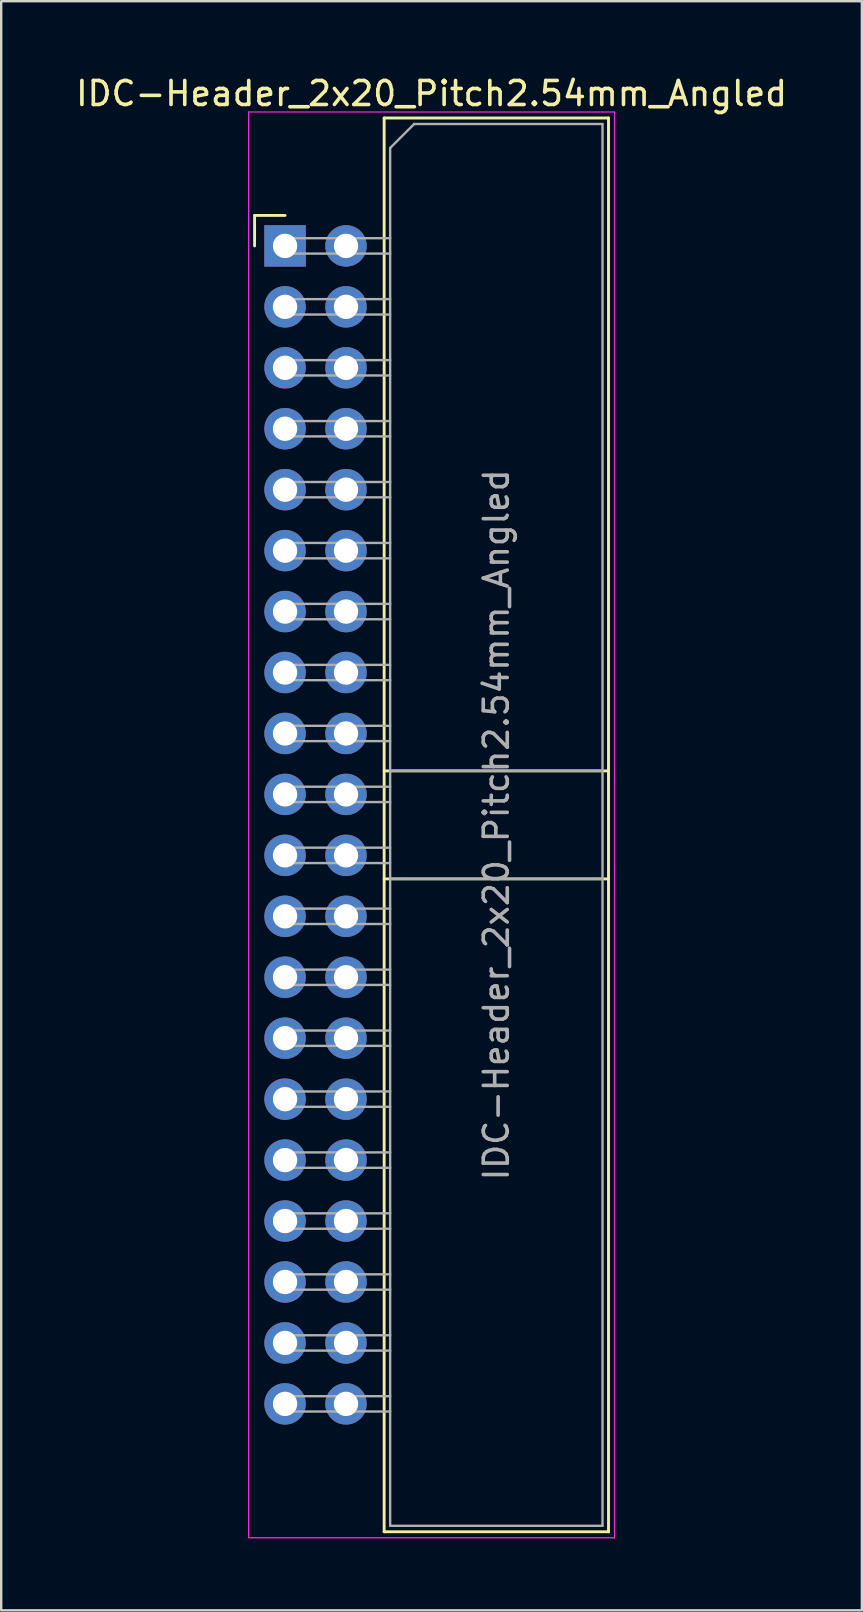
<source format=kicad_pcb>
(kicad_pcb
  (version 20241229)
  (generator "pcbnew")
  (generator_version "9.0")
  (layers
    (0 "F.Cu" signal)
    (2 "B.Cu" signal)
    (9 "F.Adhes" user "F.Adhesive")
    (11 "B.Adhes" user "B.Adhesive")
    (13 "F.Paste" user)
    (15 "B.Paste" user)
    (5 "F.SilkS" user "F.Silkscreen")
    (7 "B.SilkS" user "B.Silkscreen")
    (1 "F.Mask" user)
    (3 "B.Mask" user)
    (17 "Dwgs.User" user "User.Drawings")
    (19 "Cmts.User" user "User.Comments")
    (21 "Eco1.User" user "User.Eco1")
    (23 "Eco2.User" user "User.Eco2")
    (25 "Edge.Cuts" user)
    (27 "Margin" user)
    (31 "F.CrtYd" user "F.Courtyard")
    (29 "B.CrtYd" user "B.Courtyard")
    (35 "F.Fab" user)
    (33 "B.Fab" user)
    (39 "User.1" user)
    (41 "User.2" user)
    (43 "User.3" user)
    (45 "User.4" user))
  (footprint "IDC-Header_2x20_Pitch2.54mm_Angled"
    (layer "F.Cu")
    (at 8.83 7.198)
    (property "Reference" "IDC-Header_2x20_Pitch2.54mm_Angled" (at 6.105 -6.35 0) (layer "F.SilkS") (effects (font (size 1 1) (thickness 0.15))))
    (attr through_hole)
    (fp_line (start -1.27 -1.27) (end -1.27 0) (stroke (width 0.12) (type solid)) (layer "F.SilkS"))
    (fp_line (start 0 -1.27) (end -1.27 -1.27) (stroke (width 0.12) (type solid)) (layer "F.SilkS"))
    (fp_line (start 4.13 -5.33) (end 13.48 -5.33) (stroke (width 0.12) (type solid)) (layer "F.SilkS"))
    (fp_line (start 4.13 21.88) (end 13.48 21.88) (stroke (width 0.12) (type solid)) (layer "F.SilkS"))
    (fp_line (start 4.13 26.38) (end 13.48 26.38) (stroke (width 0.12) (type solid)) (layer "F.SilkS"))
    (fp_line (start 4.13 53.59) (end 4.13 -5.33) (stroke (width 0.12) (type solid)) (layer "F.SilkS"))
    (fp_line (start 4.13 53.59) (end 13.48 53.59) (stroke (width 0.12) (type solid)) (layer "F.SilkS"))
    (fp_line (start 13.48 -5.33) (end 13.48 53.59) (stroke (width 0.12) (type solid)) (layer "F.SilkS"))
    (fp_line (start -1.52 -5.58) (end 13.73 -5.58) (stroke (width 0.05) (type solid)) (layer "F.CrtYd"))
    (fp_line (start -1.52 53.84) (end -1.52 -5.58) (stroke (width 0.05) (type solid)) (layer "F.CrtYd"))
    (fp_line (start 13.73 -5.58) (end 13.73 53.84) (stroke (width 0.05) (type solid)) (layer "F.CrtYd"))
    (fp_line (start 13.73 53.84) (end -1.52 53.84) (stroke (width 0.05) (type solid)) (layer "F.CrtYd"))
    (fp_line (start -0.32 -0.32) (end -0.32 0.32) (stroke (width 0.1) (type solid)) (layer "F.Fab"))
    (fp_line (start -0.32 0.32) (end 4.38 0.32) (stroke (width 0.1) (type solid)) (layer "F.Fab"))
    (fp_line (start -0.32 2.22) (end -0.32 2.86) (stroke (width 0.1) (type solid)) (layer "F.Fab"))
    (fp_line (start -0.32 2.86) (end 4.38 2.86) (stroke (width 0.1) (type solid)) (layer "F.Fab"))
    (fp_line (start -0.32 4.76) (end -0.32 5.4) (stroke (width 0.1) (type solid)) (layer "F.Fab"))
    (fp_line (start -0.32 5.4) (end 4.38 5.4) (stroke (width 0.1) (type solid)) (layer "F.Fab"))
    (fp_line (start -0.32 7.3) (end -0.32 7.94) (stroke (width 0.1) (type solid)) (layer "F.Fab"))
    (fp_line (start -0.32 7.94) (end 4.38 7.94) (stroke (width 0.1) (type solid)) (layer "F.Fab"))
    (fp_line (start -0.32 9.84) (end -0.32 10.48) (stroke (width 0.1) (type solid)) (layer "F.Fab"))
    (fp_line (start -0.32 10.48) (end 4.38 10.48) (stroke (width 0.1) (type solid)) (layer "F.Fab"))
    (fp_line (start -0.32 12.38) (end -0.32 13.02) (stroke (width 0.1) (type solid)) (layer "F.Fab"))
    (fp_line (start -0.32 13.02) (end 4.38 13.02) (stroke (width 0.1) (type solid)) (layer "F.Fab"))
    (fp_line (start -0.32 14.92) (end -0.32 15.56) (stroke (width 0.1) (type solid)) (layer "F.Fab"))
    (fp_line (start -0.32 15.56) (end 4.38 15.56) (stroke (width 0.1) (type solid)) (layer "F.Fab"))
    (fp_line (start -0.32 17.46) (end -0.32 18.1) (stroke (width 0.1) (type solid)) (layer "F.Fab"))
    (fp_line (start -0.32 18.1) (end 4.38 18.1) (stroke (width 0.1) (type solid)) (layer "F.Fab"))
    (fp_line (start -0.32 20) (end -0.32 20.64) (stroke (width 0.1) (type solid)) (layer "F.Fab"))
    (fp_line (start -0.32 20.64) (end 4.38 20.64) (stroke (width 0.1) (type solid)) (layer "F.Fab"))
    (fp_line (start -0.32 22.54) (end -0.32 23.18) (stroke (width 0.1) (type solid)) (layer "F.Fab"))
    (fp_line (start -0.32 23.18) (end 4.38 23.18) (stroke (width 0.1) (type solid)) (layer "F.Fab"))
    (fp_line (start -0.32 25.08) (end -0.32 25.72) (stroke (width 0.1) (type solid)) (layer "F.Fab"))
    (fp_line (start -0.32 25.72) (end 4.38 25.72) (stroke (width 0.1) (type solid)) (layer "F.Fab"))
    (fp_line (start -0.32 27.62) (end -0.32 28.26) (stroke (width 0.1) (type solid)) (layer "F.Fab"))
    (fp_line (start -0.32 28.26) (end 4.38 28.26) (stroke (width 0.1) (type solid)) (layer "F.Fab"))
    (fp_line (start -0.32 30.16) (end -0.32 30.8) (stroke (width 0.1) (type solid)) (layer "F.Fab"))
    (fp_line (start -0.32 30.8) (end 4.38 30.8) (stroke (width 0.1) (type solid)) (layer "F.Fab"))
    (fp_line (start -0.32 32.7) (end -0.32 33.34) (stroke (width 0.1) (type solid)) (layer "F.Fab"))
    (fp_line (start -0.32 33.34) (end 4.38 33.34) (stroke (width 0.1) (type solid)) (layer "F.Fab"))
    (fp_line (start -0.32 35.24) (end -0.32 35.88) (stroke (width 0.1) (type solid)) (layer "F.Fab"))
    (fp_line (start -0.32 35.88) (end 4.38 35.88) (stroke (width 0.1) (type solid)) (layer "F.Fab"))
    (fp_line (start -0.32 37.78) (end -0.32 38.42) (stroke (width 0.1) (type solid)) (layer "F.Fab"))
    (fp_line (start -0.32 38.42) (end 4.38 38.42) (stroke (width 0.1) (type solid)) (layer "F.Fab"))
    (fp_line (start -0.32 40.32) (end -0.32 40.96) (stroke (width 0.1) (type solid)) (layer "F.Fab"))
    (fp_line (start -0.32 40.96) (end 4.38 40.96) (stroke (width 0.1) (type solid)) (layer "F.Fab"))
    (fp_line (start -0.32 42.86) (end -0.32 43.5) (stroke (width 0.1) (type solid)) (layer "F.Fab"))
    (fp_line (start -0.32 43.5) (end 4.38 43.5) (stroke (width 0.1) (type solid)) (layer "F.Fab"))
    (fp_line (start -0.32 45.4) (end -0.32 46.04) (stroke (width 0.1) (type solid)) (layer "F.Fab"))
    (fp_line (start -0.32 46.04) (end 4.38 46.04) (stroke (width 0.1) (type solid)) (layer "F.Fab"))
    (fp_line (start -0.32 47.94) (end -0.32 48.58) (stroke (width 0.1) (type solid)) (layer "F.Fab"))
    (fp_line (start -0.32 48.58) (end 4.38 48.58) (stroke (width 0.1) (type solid)) (layer "F.Fab"))
    (fp_line (start 4.38 -4.08) (end 5.38 -5.08) (stroke (width 0.1) (type solid)) (layer "F.Fab"))
    (fp_line (start 4.38 -0.32) (end -0.32 -0.32) (stroke (width 0.1) (type solid)) (layer "F.Fab"))
    (fp_line (start 4.38 2.22) (end -0.32 2.22) (stroke (width 0.1) (type solid)) (layer "F.Fab"))
    (fp_line (start 4.38 4.76) (end -0.32 4.76) (stroke (width 0.1) (type solid)) (layer "F.Fab"))
    (fp_line (start 4.38 7.3) (end -0.32 7.3) (stroke (width 0.1) (type solid)) (layer "F.Fab"))
    (fp_line (start 4.38 9.84) (end -0.32 9.84) (stroke (width 0.1) (type solid)) (layer "F.Fab"))
    (fp_line (start 4.38 12.38) (end -0.32 12.38) (stroke (width 0.1) (type solid)) (layer "F.Fab"))
    (fp_line (start 4.38 14.92) (end -0.32 14.92) (stroke (width 0.1) (type solid)) (layer "F.Fab"))
    (fp_line (start 4.38 17.46) (end -0.32 17.46) (stroke (width 0.1) (type solid)) (layer "F.Fab"))
    (fp_line (start 4.38 20) (end -0.32 20) (stroke (width 0.1) (type solid)) (layer "F.Fab"))
    (fp_line (start 4.38 21.88) (end 13.23 21.88) (stroke (width 0.1) (type solid)) (layer "F.Fab"))
    (fp_line (start 4.38 22.54) (end -0.32 22.54) (stroke (width 0.1) (type solid)) (layer "F.Fab"))
    (fp_line (start 4.38 25.08) (end -0.32 25.08) (stroke (width 0.1) (type solid)) (layer "F.Fab"))
    (fp_line (start 4.38 26.38) (end 13.23 26.38) (stroke (width 0.1) (type solid)) (layer "F.Fab"))
    (fp_line (start 4.38 27.62) (end -0.32 27.62) (stroke (width 0.1) (type solid)) (layer "F.Fab"))
    (fp_line (start 4.38 30.16) (end -0.32 30.16) (stroke (width 0.1) (type solid)) (layer "F.Fab"))
    (fp_line (start 4.38 32.7) (end -0.32 32.7) (stroke (width 0.1) (type solid)) (layer "F.Fab"))
    (fp_line (start 4.38 35.24) (end -0.32 35.24) (stroke (width 0.1) (type solid)) (layer "F.Fab"))
    (fp_line (start 4.38 37.78) (end -0.32 37.78) (stroke (width 0.1) (type solid)) (layer "F.Fab"))
    (fp_line (start 4.38 40.32) (end -0.32 40.32) (stroke (width 0.1) (type solid)) (layer "F.Fab"))
    (fp_line (start 4.38 42.86) (end -0.32 42.86) (stroke (width 0.1) (type solid)) (layer "F.Fab"))
    (fp_line (start 4.38 45.4) (end -0.32 45.4) (stroke (width 0.1) (type solid)) (layer "F.Fab"))
    (fp_line (start 4.38 47.94) (end -0.32 47.94) (stroke (width 0.1) (type solid)) (layer "F.Fab"))
    (fp_line (start 4.38 53.34) (end 4.38 -4.08) (stroke (width 0.1) (type solid)) (layer "F.Fab"))
    (fp_line (start 4.38 53.34) (end 13.23 53.34) (stroke (width 0.1) (type solid)) (layer "F.Fab"))
    (fp_line (start 5.38 -5.08) (end 13.23 -5.08) (stroke (width 0.1) (type solid)) (layer "F.Fab"))
    (fp_line (start 13.23 53.34) (end 13.23 -5.08) (stroke (width 0.1) (type solid)) (layer "F.Fab"))
    (fp_text user "${REFERENCE}" (at 8.805 24.13 90) (layer "F.Fab") (effects (font (size 1 1) (thickness 0.15))))
    (pad "1" thru_hole rect (at 0 0) (size 1.727 1.727) (drill 1.016) (layers "*.Cu" "*.Mask"))
    (pad "2" thru_hole oval (at 2.54 0) (size 1.727 1.727) (drill 1.016) (layers "*.Cu" "*.Mask"))
    (pad "3" thru_hole oval (at 0 2.54) (size 1.727 1.727) (drill 1.016) (layers "*.Cu" "*.Mask"))
    (pad "4" thru_hole oval (at 2.54 2.54) (size 1.727 1.727) (drill 1.016) (layers "*.Cu" "*.Mask"))
    (pad "5" thru_hole oval (at 0 5.08) (size 1.727 1.727) (drill 1.016) (layers "*.Cu" "*.Mask"))
    (pad "6" thru_hole oval (at 2.54 5.08) (size 1.727 1.727) (drill 1.016) (layers "*.Cu" "*.Mask"))
    (pad "7" thru_hole oval (at 0 7.62) (size 1.727 1.727) (drill 1.016) (layers "*.Cu" "*.Mask"))
    (pad "8" thru_hole oval (at 2.54 7.62) (size 1.727 1.727) (drill 1.016) (layers "*.Cu" "*.Mask"))
    (pad "9" thru_hole oval (at 0 10.16) (size 1.727 1.727) (drill 1.016) (layers "*.Cu" "*.Mask"))
    (pad "10" thru_hole oval (at 2.54 10.16) (size 1.727 1.727) (drill 1.016) (layers "*.Cu" "*.Mask"))
    (pad "11" thru_hole oval (at 0 12.7) (size 1.727 1.727) (drill 1.016) (layers "*.Cu" "*.Mask"))
    (pad "12" thru_hole oval (at 2.54 12.7) (size 1.727 1.727) (drill 1.016) (layers "*.Cu" "*.Mask"))
    (pad "13" thru_hole oval (at 0 15.24) (size 1.727 1.727) (drill 1.016) (layers "*.Cu" "*.Mask"))
    (pad "14" thru_hole oval (at 2.54 15.24) (size 1.727 1.727) (drill 1.016) (layers "*.Cu" "*.Mask"))
    (pad "15" thru_hole oval (at 0 17.78) (size 1.727 1.727) (drill 1.016) (layers "*.Cu" "*.Mask"))
    (pad "16" thru_hole oval (at 2.54 17.78) (size 1.727 1.727) (drill 1.016) (layers "*.Cu" "*.Mask"))
    (pad "17" thru_hole oval (at 0 20.32) (size 1.727 1.727) (drill 1.016) (layers "*.Cu" "*.Mask"))
    (pad "18" thru_hole oval (at 2.54 20.32) (size 1.727 1.727) (drill 1.016) (layers "*.Cu" "*.Mask"))
    (pad "19" thru_hole oval (at 0 22.86) (size 1.727 1.727) (drill 1.016) (layers "*.Cu" "*.Mask"))
    (pad "20" thru_hole oval (at 2.54 22.86) (size 1.727 1.727) (drill 1.016) (layers "*.Cu" "*.Mask"))
    (pad "21" thru_hole oval (at 0 25.4) (size 1.727 1.727) (drill 1.016) (layers "*.Cu" "*.Mask"))
    (pad "22" thru_hole oval (at 2.54 25.4) (size 1.727 1.727) (drill 1.016) (layers "*.Cu" "*.Mask"))
    (pad "23" thru_hole oval (at 0 27.94) (size 1.727 1.727) (drill 1.016) (layers "*.Cu" "*.Mask"))
    (pad "24" thru_hole oval (at 2.54 27.94) (size 1.727 1.727) (drill 1.016) (layers "*.Cu" "*.Mask"))
    (pad "25" thru_hole oval (at 0 30.48) (size 1.727 1.727) (drill 1.016) (layers "*.Cu" "*.Mask"))
    (pad "26" thru_hole oval (at 2.54 30.48) (size 1.727 1.727) (drill 1.016) (layers "*.Cu" "*.Mask"))
    (pad "27" thru_hole oval (at 0 33.02) (size 1.727 1.727) (drill 1.016) (layers "*.Cu" "*.Mask"))
    (pad "28" thru_hole oval (at 2.54 33.02) (size 1.727 1.727) (drill 1.016) (layers "*.Cu" "*.Mask"))
    (pad "29" thru_hole oval (at 0 35.56) (size 1.727 1.727) (drill 1.016) (layers "*.Cu" "*.Mask"))
    (pad "30" thru_hole oval (at 2.54 35.56) (size 1.727 1.727) (drill 1.016) (layers "*.Cu" "*.Mask"))
    (pad "31" thru_hole oval (at 0 38.1) (size 1.727 1.727) (drill 1.016) (layers "*.Cu" "*.Mask"))
    (pad "32" thru_hole oval (at 2.54 38.1) (size 1.727 1.727) (drill 1.016) (layers "*.Cu" "*.Mask"))
    (pad "33" thru_hole oval (at 0 40.64) (size 1.727 1.727) (drill 1.016) (layers "*.Cu" "*.Mask"))
    (pad "34" thru_hole oval (at 2.54 40.64) (size 1.727 1.727) (drill 1.016) (layers "*.Cu" "*.Mask"))
    (pad "35" thru_hole oval (at 0 43.18) (size 1.727 1.727) (drill 1.016) (layers "*.Cu" "*.Mask"))
    (pad "36" thru_hole oval (at 2.54 43.18) (size 1.727 1.727) (drill 1.016) (layers "*.Cu" "*.Mask"))
    (pad "37" thru_hole oval (at 0 45.72) (size 1.727 1.727) (drill 1.016) (layers "*.Cu" "*.Mask"))
    (pad "38" thru_hole oval (at 2.54 45.72) (size 1.727 1.727) (drill 1.016) (layers "*.Cu" "*.Mask"))
    (pad "39" thru_hole oval (at 0 48.26) (size 1.727 1.727) (drill 1.016) (layers "*.Cu" "*.Mask"))
    (pad "40" thru_hole oval (at 2.54 48.26) (size 1.727 1.727) (drill 1.016) (layers "*.Cu" "*.Mask")))
  (gr_rect
    (start -3 -3)
    (end 32.869 64.063)
    (stroke (width 0.1) (type default))
    (fill no)
    (layer "Edge.Cuts")))
</source>
